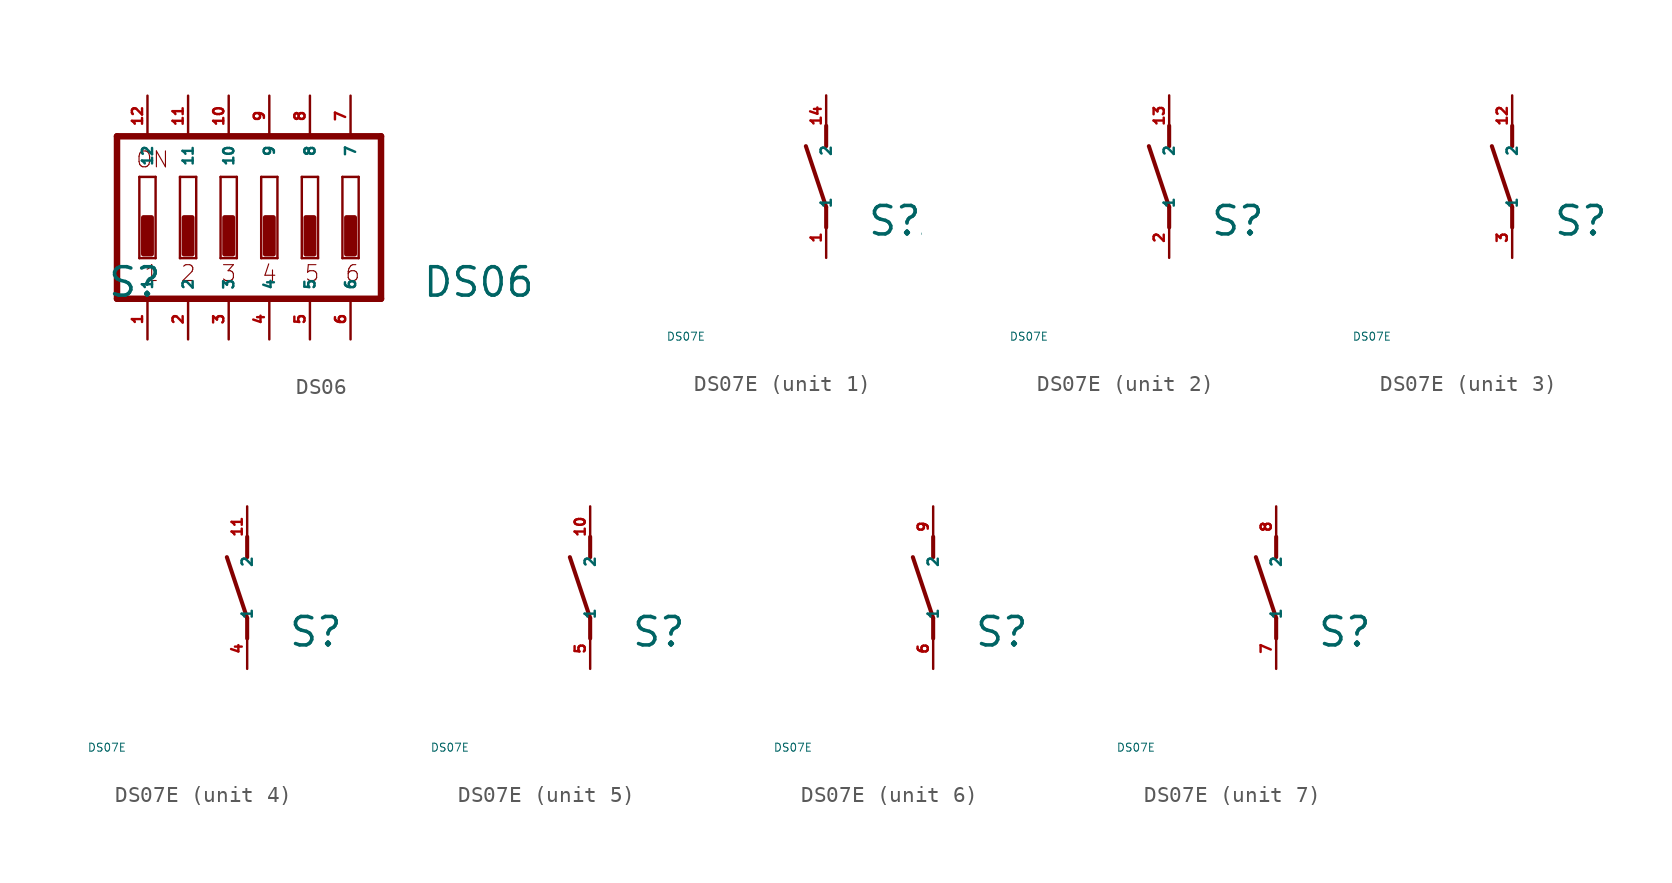
<source format=kicad_sym>
(kicad_symbol_lib
  (version 20220914)
  (generator Eagle2Kicad)
  (symbol "DS06"
    (property "Reference" "S"
      (at -10.16 -5.08 0)
      (effects (font (size 1.778 1.778) (thickness 0.22)) (justify left bottom)))
    (property "Value" "DS06"
      (at 9.525 -5.08 0)
      (effects (font (size 1.778 1.778) (thickness 0.22)) (justify left bottom)))
    (polyline
      (pts (xy 6.985 5.08) (xy -9.525 5.08))
      (stroke (width 0.406) (type default))
      (fill (type none)))
    (polyline
      (pts (xy -9.525 5.08) (xy -9.525 -5.08))
      (stroke (width 0.406) (type default))
      (fill (type none)))
    (polyline
      (pts (xy -9.525 -5.08) (xy 6.985 -5.08))
      (stroke (width 0.406) (type default))
      (fill (type none)))
    (polyline
      (pts (xy 6.985 -5.08) (xy 6.985 5.08))
      (stroke (width 0.406) (type default))
      (fill (type none)))
    (polyline
      (pts (xy -7.112 -2.54) (xy -8.128 -2.54))
      (stroke (width 0.152) (type default))
      (fill (type none)))
    (polyline
      (pts (xy -8.128 2.54) (xy -7.112 2.54))
      (stroke (width 0.152) (type default))
      (fill (type none)))
    (polyline
      (pts (xy -7.112 2.54) (xy -7.112 -2.54))
      (stroke (width 0.152) (type default))
      (fill (type none)))
    (polyline
      (pts (xy -8.128 -2.54) (xy -8.128 2.54))
      (stroke (width 0.152) (type default))
      (fill (type none)))
    (polyline
      (pts (xy -4.572 -2.54) (xy -5.588 -2.54))
      (stroke (width 0.152) (type default))
      (fill (type none)))
    (polyline
      (pts (xy -5.588 2.54) (xy -4.572 2.54))
      (stroke (width 0.152) (type default))
      (fill (type none)))
    (polyline
      (pts (xy -4.572 2.54) (xy -4.572 -2.54))
      (stroke (width 0.152) (type default))
      (fill (type none)))
    (polyline
      (pts (xy -5.588 -2.54) (xy -5.588 2.54))
      (stroke (width 0.152) (type default))
      (fill (type none)))
    (polyline
      (pts (xy -2.032 -2.54) (xy -3.048 -2.54))
      (stroke (width 0.152) (type default))
      (fill (type none)))
    (polyline
      (pts (xy -3.048 2.54) (xy -2.032 2.54))
      (stroke (width 0.152) (type default))
      (fill (type none)))
    (polyline
      (pts (xy -2.032 2.54) (xy -2.032 -2.54))
      (stroke (width 0.152) (type default))
      (fill (type none)))
    (polyline
      (pts (xy -3.048 -2.54) (xy -3.048 2.54))
      (stroke (width 0.152) (type default))
      (fill (type none)))
    (polyline
      (pts (xy 0.508 -2.54) (xy -0.508 -2.54))
      (stroke (width 0.152) (type default))
      (fill (type none)))
    (polyline
      (pts (xy -0.508 2.54) (xy 0.508 2.54))
      (stroke (width 0.152) (type default))
      (fill (type none)))
    (polyline
      (pts (xy 0.508 2.54) (xy 0.508 -2.54))
      (stroke (width 0.152) (type default))
      (fill (type none)))
    (polyline
      (pts (xy -0.508 -2.54) (xy -0.508 2.54))
      (stroke (width 0.152) (type default))
      (fill (type none)))
    (polyline
      (pts (xy 3.048 -2.54) (xy 2.032 -2.54))
      (stroke (width 0.152) (type default))
      (fill (type none)))
    (polyline
      (pts (xy 2.032 2.54) (xy 3.048 2.54))
      (stroke (width 0.152) (type default))
      (fill (type none)))
    (polyline
      (pts (xy 3.048 2.54) (xy 3.048 -2.54))
      (stroke (width 0.152) (type default))
      (fill (type none)))
    (polyline
      (pts (xy 2.032 -2.54) (xy 2.032 2.54))
      (stroke (width 0.152) (type default))
      (fill (type none)))
    (polyline
      (pts (xy 5.588 -2.54) (xy 4.572 -2.54))
      (stroke (width 0.152) (type default))
      (fill (type none)))
    (polyline
      (pts (xy 4.572 2.54) (xy 5.588 2.54))
      (stroke (width 0.152) (type default))
      (fill (type none)))
    (polyline
      (pts (xy 5.588 2.54) (xy 5.588 -2.54))
      (stroke (width 0.152) (type default))
      (fill (type none)))
    (polyline
      (pts (xy 4.572 -2.54) (xy 4.572 2.54))
      (stroke (width 0.152) (type default))
      (fill (type none)))
    (text "1"
      (at -7.874 -4.064 0)
      (effects (font (size 0.991 0.991) (thickness 0.07)) (justify left bottom)))
    (text "2"
      (at -5.588 -4.064 0)
      (effects (font (size 0.991 0.991) (thickness 0.07)) (justify left bottom)))
    (text "3"
      (at -3.048 -4.064 0)
      (effects (font (size 0.991 0.991) (thickness 0.07)) (justify left bottom)))
    (text "4"
      (at -0.508 -4.064 0)
      (effects (font (size 0.991 0.991) (thickness 0.07)) (justify left bottom)))
    (text "5"
      (at 2.159 -4.064 0)
      (effects (font (size 0.991 0.991) (thickness 0.07)) (justify left bottom)))
    (text "6"
      (at 4.699 -4.064 0)
      (effects (font (size 0.991 0.991) (thickness 0.07)) (justify left bottom)))
    (text "ON"
      (at -8.382 3.048 0)
      (effects (font (size 0.991 0.991) (thickness 0.07)) (justify left bottom)))
    (rectangle
      (start -7.874 -2.286)
      (end -7.366 0)
      (stroke (width 0.3) (type default))
      (fill (type outline)))
    (rectangle
      (start -5.334 -2.286)
      (end -4.826 0)
      (stroke (width 0.3) (type default))
      (fill (type outline)))
    (rectangle
      (start -2.794 -2.286)
      (end -2.286 0)
      (stroke (width 0.3) (type default))
      (fill (type outline)))
    (rectangle
      (start -0.254 -2.286)
      (end 0.254 0)
      (stroke (width 0.3) (type default))
      (fill (type outline)))
    (rectangle
      (start 2.286 -2.286)
      (end 2.794 0)
      (stroke (width 0.3) (type default))
      (fill (type outline)))
    (rectangle
      (start 4.826 -2.286)
      (end 5.334 0)
      (stroke (width 0.3) (type default))
      (fill (type outline)))
    (pin passive line
      (at 5.08 7.62 270)
      (length 2.54)
      (name "7" (effects (font (size 0.635 0.635) (thickness 0.08)) (justify left bottom)))
      (number "7" (effects (font (size 0.635 0.635) (thickness 0.08)) (justify left bottom))))
    (pin passive line
      (at 2.54 7.62 270)
      (length 2.54)
      (name "8" (effects (font (size 0.635 0.635) (thickness 0.08)) (justify left bottom)))
      (number "8" (effects (font (size 0.635 0.635) (thickness 0.08)) (justify left bottom))))
    (pin passive line
      (at 0 7.62 270)
      (length 2.54)
      (name "9" (effects (font (size 0.635 0.635) (thickness 0.08)) (justify left bottom)))
      (number "9" (effects (font (size 0.635 0.635) (thickness 0.08)) (justify left bottom))))
    (pin passive line
      (at -2.54 7.62 270)
      (length 2.54)
      (name "10" (effects (font (size 0.635 0.635) (thickness 0.08)) (justify left bottom)))
      (number "10" (effects (font (size 0.635 0.635) (thickness 0.08)) (justify left bottom))))
    (pin passive line
      (at -5.08 7.62 270)
      (length 2.54)
      (name "11" (effects (font (size 0.635 0.635) (thickness 0.08)) (justify left bottom)))
      (number "11" (effects (font (size 0.635 0.635) (thickness 0.08)) (justify left bottom))))
    (pin passive line
      (at -7.62 7.62 270)
      (length 2.54)
      (name "12" (effects (font (size 0.635 0.635) (thickness 0.08)) (justify left bottom)))
      (number "12" (effects (font (size 0.635 0.635) (thickness 0.08)) (justify left bottom))))
    (pin passive line
      (at -7.62 -7.62 90)
      (length 2.54)
      (name "1" (effects (font (size 0.635 0.635) (thickness 0.08)) (justify left bottom)))
      (number "1" (effects (font (size 0.635 0.635) (thickness 0.08)) (justify left bottom))))
    (pin passive line
      (at -5.08 -7.62 90)
      (length 2.54)
      (name "2" (effects (font (size 0.635 0.635) (thickness 0.08)) (justify left bottom)))
      (number "2" (effects (font (size 0.635 0.635) (thickness 0.08)) (justify left bottom))))
    (pin passive line
      (at -2.54 -7.62 90)
      (length 2.54)
      (name "3" (effects (font (size 0.635 0.635) (thickness 0.08)) (justify left bottom)))
      (number "3" (effects (font (size 0.635 0.635) (thickness 0.08)) (justify left bottom))))
    (pin passive line
      (at 0 -7.62 90)
      (length 2.54)
      (name "4" (effects (font (size 0.635 0.635) (thickness 0.08)) (justify left bottom)))
      (number "4" (effects (font (size 0.635 0.635) (thickness 0.08)) (justify left bottom))))
    (pin passive line
      (at 2.54 -7.62 90)
      (length 2.54)
      (name "5" (effects (font (size 0.635 0.635) (thickness 0.08)) (justify left bottom)))
      (number "5" (effects (font (size 0.635 0.635) (thickness 0.08)) (justify left bottom))))
    (pin passive line
      (at 5.08 -7.62 90)
      (length 2.54)
      (name "6" (effects (font (size 0.635 0.635) (thickness 0.08)) (justify left bottom)))
      (number "6" (effects (font (size 0.635 0.635) (thickness 0.08)) (justify left bottom)))))
  (symbol "DS07E"
    (property "Reference" "S"
      (at 2.54 -3.81 0)
      (effects (font (size 1.778 1.778) (thickness 0.22)) (justify left bottom)))
    (property "Value" "DS07E"
      (at -10 -10 0)
      (effects (font (size 0.5 0.5) (thickness 0.06)) (justify left)))
    (symbol "DS07E_1_0"
      (polyline (pts (xy 0 -3.175) (xy 0 -1.905)) (stroke (width 0.254) (type default)) (fill (type none)))
      (polyline (pts (xy 0 -1.905) (xy -1.27 1.905)) (stroke (width 0.254) (type default)) (fill (type none)))
      (polyline (pts (xy 0 1.905) (xy 0 3.175)) (stroke (width 0.254) (type default)) (fill (type none)))
      (pin passive line (at 0 -5.08 90) (length 2.54) (name "1" (effects (font (size 0.635 0.635) (thickness 0.08)) (justify left bottom))) (number "1" (effects (font (size 0.635 0.635) (thickness 0.08)) (justify left bottom))))
      (pin passive line (at 0 5.08 270) (length 2.54) (name "2" (effects (font (size 0.635 0.635) (thickness 0.08)) (justify left bottom))) (number "14" (effects (font (size 0.635 0.635) (thickness 0.08)) (justify left bottom)))))
    (symbol "DS07E_2_0"
      (polyline (pts (xy 0 -3.175) (xy 0 -1.905)) (stroke (width 0.254) (type default)) (fill (type none)))
      (polyline (pts (xy 0 -1.905) (xy -1.27 1.905)) (stroke (width 0.254) (type default)) (fill (type none)))
      (polyline (pts (xy 0 1.905) (xy 0 3.175)) (stroke (width 0.254) (type default)) (fill (type none)))
      (pin passive line (at 0 -5.08 90) (length 2.54) (name "1" (effects (font (size 0.635 0.635) (thickness 0.08)) (justify left bottom))) (number "2" (effects (font (size 0.635 0.635) (thickness 0.08)) (justify left bottom))))
      (pin passive line (at 0 5.08 270) (length 2.54) (name "2" (effects (font (size 0.635 0.635) (thickness 0.08)) (justify left bottom))) (number "13" (effects (font (size 0.635 0.635) (thickness 0.08)) (justify left bottom)))))
    (symbol "DS07E_3_0"
      (polyline (pts (xy 0 -3.175) (xy 0 -1.905)) (stroke (width 0.254) (type default)) (fill (type none)))
      (polyline (pts (xy 0 -1.905) (xy -1.27 1.905)) (stroke (width 0.254) (type default)) (fill (type none)))
      (polyline (pts (xy 0 1.905) (xy 0 3.175)) (stroke (width 0.254) (type default)) (fill (type none)))
      (pin passive line (at 0 -5.08 90) (length 2.54) (name "1" (effects (font (size 0.635 0.635) (thickness 0.08)) (justify left bottom))) (number "3" (effects (font (size 0.635 0.635) (thickness 0.08)) (justify left bottom))))
      (pin passive line (at 0 5.08 270) (length 2.54) (name "2" (effects (font (size 0.635 0.635) (thickness 0.08)) (justify left bottom))) (number "12" (effects (font (size 0.635 0.635) (thickness 0.08)) (justify left bottom)))))
    (symbol "DS07E_4_0"
      (polyline (pts (xy 0 -3.175) (xy 0 -1.905)) (stroke (width 0.254) (type default)) (fill (type none)))
      (polyline (pts (xy 0 -1.905) (xy -1.27 1.905)) (stroke (width 0.254) (type default)) (fill (type none)))
      (polyline (pts (xy 0 1.905) (xy 0 3.175)) (stroke (width 0.254) (type default)) (fill (type none)))
      (pin passive line (at 0 -5.08 90) (length 2.54) (name "1" (effects (font (size 0.635 0.635) (thickness 0.08)) (justify left bottom))) (number "4" (effects (font (size 0.635 0.635) (thickness 0.08)) (justify left bottom))))
      (pin passive line (at 0 5.08 270) (length 2.54) (name "2" (effects (font (size 0.635 0.635) (thickness 0.08)) (justify left bottom))) (number "11" (effects (font (size 0.635 0.635) (thickness 0.08)) (justify left bottom)))))
    (symbol "DS07E_5_0"
      (polyline (pts (xy 0 -3.175) (xy 0 -1.905)) (stroke (width 0.254) (type default)) (fill (type none)))
      (polyline (pts (xy 0 -1.905) (xy -1.27 1.905)) (stroke (width 0.254) (type default)) (fill (type none)))
      (polyline (pts (xy 0 1.905) (xy 0 3.175)) (stroke (width 0.254) (type default)) (fill (type none)))
      (pin passive line (at 0 -5.08 90) (length 2.54) (name "1" (effects (font (size 0.635 0.635) (thickness 0.08)) (justify left bottom))) (number "5" (effects (font (size 0.635 0.635) (thickness 0.08)) (justify left bottom))))
      (pin passive line (at 0 5.08 270) (length 2.54) (name "2" (effects (font (size 0.635 0.635) (thickness 0.08)) (justify left bottom))) (number "10" (effects (font (size 0.635 0.635) (thickness 0.08)) (justify left bottom)))))
    (symbol "DS07E_6_0"
      (polyline (pts (xy 0 -3.175) (xy 0 -1.905)) (stroke (width 0.254) (type default)) (fill (type none)))
      (polyline (pts (xy 0 -1.905) (xy -1.27 1.905)) (stroke (width 0.254) (type default)) (fill (type none)))
      (polyline (pts (xy 0 1.905) (xy 0 3.175)) (stroke (width 0.254) (type default)) (fill (type none)))
      (pin passive line (at 0 -5.08 90) (length 2.54) (name "1" (effects (font (size 0.635 0.635) (thickness 0.08)) (justify left bottom))) (number "6" (effects (font (size 0.635 0.635) (thickness 0.08)) (justify left bottom))))
      (pin passive line (at 0 5.08 270) (length 2.54) (name "2" (effects (font (size 0.635 0.635) (thickness 0.08)) (justify left bottom))) (number "9" (effects (font (size 0.635 0.635) (thickness 0.08)) (justify left bottom)))))
    (symbol "DS07E_7_0"
      (polyline (pts (xy 0 -3.175) (xy 0 -1.905)) (stroke (width 0.254) (type default)) (fill (type none)))
      (polyline (pts (xy 0 -1.905) (xy -1.27 1.905)) (stroke (width 0.254) (type default)) (fill (type none)))
      (polyline (pts (xy 0 1.905) (xy 0 3.175)) (stroke (width 0.254) (type default)) (fill (type none)))
      (pin passive line (at 0 -5.08 90) (length 2.54) (name "1" (effects (font (size 0.635 0.635) (thickness 0.08)) (justify left bottom))) (number "7" (effects (font (size 0.635 0.635) (thickness 0.08)) (justify left bottom))))
      (pin passive line (at 0 5.08 270) (length 2.54) (name "2" (effects (font (size 0.635 0.635) (thickness 0.08)) (justify left bottom))) (number "8" (effects (font (size 0.635 0.635) (thickness 0.08)) (justify left bottom)))))))
</source>
